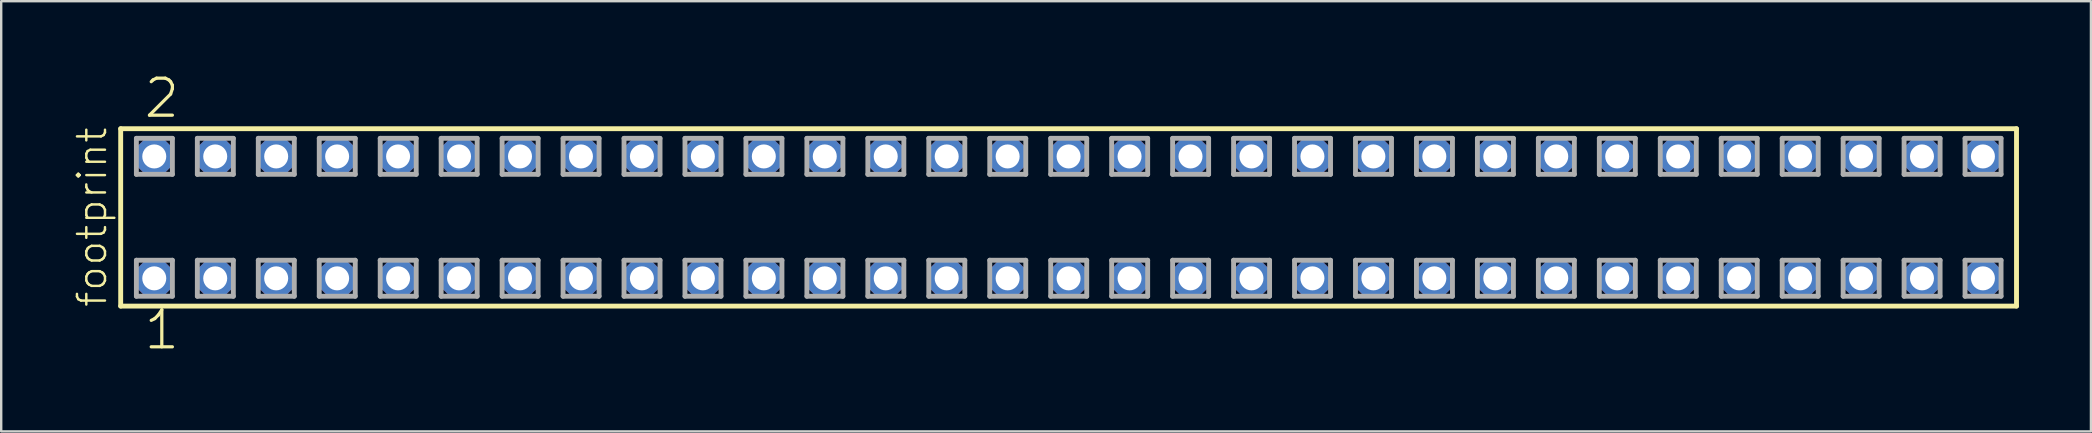
<source format=kicad_pcb>
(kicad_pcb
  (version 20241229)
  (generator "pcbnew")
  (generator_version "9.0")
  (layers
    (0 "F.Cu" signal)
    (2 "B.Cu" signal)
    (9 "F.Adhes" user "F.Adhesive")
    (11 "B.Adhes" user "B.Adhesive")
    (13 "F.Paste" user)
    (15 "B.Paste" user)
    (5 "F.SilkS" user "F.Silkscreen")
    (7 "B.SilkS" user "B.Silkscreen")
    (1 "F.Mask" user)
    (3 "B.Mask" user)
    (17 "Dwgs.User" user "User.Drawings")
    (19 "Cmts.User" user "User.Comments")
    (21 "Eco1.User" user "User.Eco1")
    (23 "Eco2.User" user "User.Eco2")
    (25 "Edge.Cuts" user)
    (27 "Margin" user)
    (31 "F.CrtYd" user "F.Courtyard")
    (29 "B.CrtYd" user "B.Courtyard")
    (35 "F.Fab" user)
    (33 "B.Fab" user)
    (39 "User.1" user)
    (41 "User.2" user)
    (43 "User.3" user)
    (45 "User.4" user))
  (footprint "footprint"
    (layer "F.Cu")
    (at 41.478 6.009)
    (property "Reference" "footprint" (at -40.005 3.81 90) (layer "F.SilkS") (effects (font (size 1.168 1.168) (thickness 0.102)) (justify left bottom)))
    (fp_line (start -39.499 -3.695) (end 39.499 -3.695) (stroke (width 0.203) (type solid)) (layer "F.SilkS"))
    (fp_line (start -39.499 3.695) (end -39.499 -3.695) (stroke (width 0.203) (type solid)) (layer "F.SilkS"))
    (fp_line (start 39.499 -3.695) (end 39.499 3.695) (stroke (width 0.203) (type solid)) (layer "F.SilkS"))
    (fp_line (start 39.499 3.695) (end -39.499 3.695) (stroke (width 0.203) (type solid)) (layer "F.SilkS"))
    (fp_line (start -38.845 -3.295) (end -37.345 -3.295) (stroke (width 0.203) (type solid)) (layer "F.Fab"))
    (fp_line (start -38.845 -1.795) (end -38.845 -3.295) (stroke (width 0.203) (type solid)) (layer "F.Fab"))
    (fp_line (start -38.845 1.785) (end -37.345 1.785) (stroke (width 0.203) (type solid)) (layer "F.Fab"))
    (fp_line (start -38.845 3.285) (end -38.845 1.785) (stroke (width 0.203) (type solid)) (layer "F.Fab"))
    (fp_line (start -37.345 -3.295) (end -37.345 -1.795) (stroke (width 0.203) (type solid)) (layer "F.Fab"))
    (fp_line (start -37.345 -1.795) (end -38.845 -1.795) (stroke (width 0.203) (type solid)) (layer "F.Fab"))
    (fp_line (start -37.345 1.785) (end -37.345 3.285) (stroke (width 0.203) (type solid)) (layer "F.Fab"))
    (fp_line (start -37.345 3.285) (end -38.845 3.285) (stroke (width 0.203) (type solid)) (layer "F.Fab"))
    (fp_line (start -36.305 -3.295) (end -34.805 -3.295) (stroke (width 0.203) (type solid)) (layer "F.Fab"))
    (fp_line (start -36.305 -1.795) (end -36.305 -3.295) (stroke (width 0.203) (type solid)) (layer "F.Fab"))
    (fp_line (start -36.305 1.785) (end -34.805 1.785) (stroke (width 0.203) (type solid)) (layer "F.Fab"))
    (fp_line (start -36.305 3.285) (end -36.305 1.785) (stroke (width 0.203) (type solid)) (layer "F.Fab"))
    (fp_line (start -34.805 -3.295) (end -34.805 -1.795) (stroke (width 0.203) (type solid)) (layer "F.Fab"))
    (fp_line (start -34.805 -1.795) (end -36.305 -1.795) (stroke (width 0.203) (type solid)) (layer "F.Fab"))
    (fp_line (start -34.805 1.785) (end -34.805 3.285) (stroke (width 0.203) (type solid)) (layer "F.Fab"))
    (fp_line (start -34.805 3.285) (end -36.305 3.285) (stroke (width 0.203) (type solid)) (layer "F.Fab"))
    (fp_line (start -33.765 -3.295) (end -32.265 -3.295) (stroke (width 0.203) (type solid)) (layer "F.Fab"))
    (fp_line (start -33.765 -1.795) (end -33.765 -3.295) (stroke (width 0.203) (type solid)) (layer "F.Fab"))
    (fp_line (start -33.765 1.785) (end -32.265 1.785) (stroke (width 0.203) (type solid)) (layer "F.Fab"))
    (fp_line (start -33.765 3.285) (end -33.765 1.785) (stroke (width 0.203) (type solid)) (layer "F.Fab"))
    (fp_line (start -32.265 -3.295) (end -32.265 -1.795) (stroke (width 0.203) (type solid)) (layer "F.Fab"))
    (fp_line (start -32.265 -1.795) (end -33.765 -1.795) (stroke (width 0.203) (type solid)) (layer "F.Fab"))
    (fp_line (start -32.265 1.785) (end -32.265 3.285) (stroke (width 0.203) (type solid)) (layer "F.Fab"))
    (fp_line (start -32.265 3.285) (end -33.765 3.285) (stroke (width 0.203) (type solid)) (layer "F.Fab"))
    (fp_line (start -31.225 -3.295) (end -29.725 -3.295) (stroke (width 0.203) (type solid)) (layer "F.Fab"))
    (fp_line (start -31.225 -1.795) (end -31.225 -3.295) (stroke (width 0.203) (type solid)) (layer "F.Fab"))
    (fp_line (start -31.225 1.785) (end -29.725 1.785) (stroke (width 0.203) (type solid)) (layer "F.Fab"))
    (fp_line (start -31.225 3.285) (end -31.225 1.785) (stroke (width 0.203) (type solid)) (layer "F.Fab"))
    (fp_line (start -29.725 -3.295) (end -29.725 -1.795) (stroke (width 0.203) (type solid)) (layer "F.Fab"))
    (fp_line (start -29.725 -1.795) (end -31.225 -1.795) (stroke (width 0.203) (type solid)) (layer "F.Fab"))
    (fp_line (start -29.725 1.785) (end -29.725 3.285) (stroke (width 0.203) (type solid)) (layer "F.Fab"))
    (fp_line (start -29.725 3.285) (end -31.225 3.285) (stroke (width 0.203) (type solid)) (layer "F.Fab"))
    (fp_line (start -28.685 -3.295) (end -27.185 -3.295) (stroke (width 0.203) (type solid)) (layer "F.Fab"))
    (fp_line (start -28.685 -1.795) (end -28.685 -3.295) (stroke (width 0.203) (type solid)) (layer "F.Fab"))
    (fp_line (start -28.685 1.785) (end -27.185 1.785) (stroke (width 0.203) (type solid)) (layer "F.Fab"))
    (fp_line (start -28.685 3.285) (end -28.685 1.785) (stroke (width 0.203) (type solid)) (layer "F.Fab"))
    (fp_line (start -27.185 -3.295) (end -27.185 -1.795) (stroke (width 0.203) (type solid)) (layer "F.Fab"))
    (fp_line (start -27.185 -1.795) (end -28.685 -1.795) (stroke (width 0.203) (type solid)) (layer "F.Fab"))
    (fp_line (start -27.185 1.785) (end -27.185 3.285) (stroke (width 0.203) (type solid)) (layer "F.Fab"))
    (fp_line (start -27.185 3.285) (end -28.685 3.285) (stroke (width 0.203) (type solid)) (layer "F.Fab"))
    (fp_line (start -26.145 -3.295) (end -24.645 -3.295) (stroke (width 0.203) (type solid)) (layer "F.Fab"))
    (fp_line (start -26.145 -1.795) (end -26.145 -3.295) (stroke (width 0.203) (type solid)) (layer "F.Fab"))
    (fp_line (start -26.145 1.785) (end -24.645 1.785) (stroke (width 0.203) (type solid)) (layer "F.Fab"))
    (fp_line (start -26.145 3.285) (end -26.145 1.785) (stroke (width 0.203) (type solid)) (layer "F.Fab"))
    (fp_line (start -24.645 -3.295) (end -24.645 -1.795) (stroke (width 0.203) (type solid)) (layer "F.Fab"))
    (fp_line (start -24.645 -1.795) (end -26.145 -1.795) (stroke (width 0.203) (type solid)) (layer "F.Fab"))
    (fp_line (start -24.645 1.785) (end -24.645 3.285) (stroke (width 0.203) (type solid)) (layer "F.Fab"))
    (fp_line (start -24.645 3.285) (end -26.145 3.285) (stroke (width 0.203) (type solid)) (layer "F.Fab"))
    (fp_line (start -23.605 -3.295) (end -22.105 -3.295) (stroke (width 0.203) (type solid)) (layer "F.Fab"))
    (fp_line (start -23.605 -1.795) (end -23.605 -3.295) (stroke (width 0.203) (type solid)) (layer "F.Fab"))
    (fp_line (start -23.605 1.785) (end -22.105 1.785) (stroke (width 0.203) (type solid)) (layer "F.Fab"))
    (fp_line (start -23.605 3.285) (end -23.605 1.785) (stroke (width 0.203) (type solid)) (layer "F.Fab"))
    (fp_line (start -22.105 -3.295) (end -22.105 -1.795) (stroke (width 0.203) (type solid)) (layer "F.Fab"))
    (fp_line (start -22.105 -1.795) (end -23.605 -1.795) (stroke (width 0.203) (type solid)) (layer "F.Fab"))
    (fp_line (start -22.105 1.785) (end -22.105 3.285) (stroke (width 0.203) (type solid)) (layer "F.Fab"))
    (fp_line (start -22.105 3.285) (end -23.605 3.285) (stroke (width 0.203) (type solid)) (layer "F.Fab"))
    (fp_line (start -21.065 -3.295) (end -19.565 -3.295) (stroke (width 0.203) (type solid)) (layer "F.Fab"))
    (fp_line (start -21.065 -1.795) (end -21.065 -3.295) (stroke (width 0.203) (type solid)) (layer "F.Fab"))
    (fp_line (start -21.065 1.785) (end -19.565 1.785) (stroke (width 0.203) (type solid)) (layer "F.Fab"))
    (fp_line (start -21.065 3.285) (end -21.065 1.785) (stroke (width 0.203) (type solid)) (layer "F.Fab"))
    (fp_line (start -19.565 -3.295) (end -19.565 -1.795) (stroke (width 0.203) (type solid)) (layer "F.Fab"))
    (fp_line (start -19.565 -1.795) (end -21.065 -1.795) (stroke (width 0.203) (type solid)) (layer "F.Fab"))
    (fp_line (start -19.565 1.785) (end -19.565 3.285) (stroke (width 0.203) (type solid)) (layer "F.Fab"))
    (fp_line (start -19.565 3.285) (end -21.065 3.285) (stroke (width 0.203) (type solid)) (layer "F.Fab"))
    (fp_line (start -18.525 -3.295) (end -17.025 -3.295) (stroke (width 0.203) (type solid)) (layer "F.Fab"))
    (fp_line (start -18.525 -1.795) (end -18.525 -3.295) (stroke (width 0.203) (type solid)) (layer "F.Fab"))
    (fp_line (start -18.525 1.785) (end -17.025 1.785) (stroke (width 0.203) (type solid)) (layer "F.Fab"))
    (fp_line (start -18.525 3.285) (end -18.525 1.785) (stroke (width 0.203) (type solid)) (layer "F.Fab"))
    (fp_line (start -17.025 -3.295) (end -17.025 -1.795) (stroke (width 0.203) (type solid)) (layer "F.Fab"))
    (fp_line (start -17.025 -1.795) (end -18.525 -1.795) (stroke (width 0.203) (type solid)) (layer "F.Fab"))
    (fp_line (start -17.025 1.785) (end -17.025 3.285) (stroke (width 0.203) (type solid)) (layer "F.Fab"))
    (fp_line (start -17.025 3.285) (end -18.525 3.285) (stroke (width 0.203) (type solid)) (layer "F.Fab"))
    (fp_line (start -15.985 -3.295) (end -14.485 -3.295) (stroke (width 0.203) (type solid)) (layer "F.Fab"))
    (fp_line (start -15.985 -1.795) (end -15.985 -3.295) (stroke (width 0.203) (type solid)) (layer "F.Fab"))
    (fp_line (start -15.985 1.785) (end -14.485 1.785) (stroke (width 0.203) (type solid)) (layer "F.Fab"))
    (fp_line (start -15.985 3.285) (end -15.985 1.785) (stroke (width 0.203) (type solid)) (layer "F.Fab"))
    (fp_line (start -14.485 -3.295) (end -14.485 -1.795) (stroke (width 0.203) (type solid)) (layer "F.Fab"))
    (fp_line (start -14.485 -1.795) (end -15.985 -1.795) (stroke (width 0.203) (type solid)) (layer "F.Fab"))
    (fp_line (start -14.485 1.785) (end -14.485 3.285) (stroke (width 0.203) (type solid)) (layer "F.Fab"))
    (fp_line (start -14.485 3.285) (end -15.985 3.285) (stroke (width 0.203) (type solid)) (layer "F.Fab"))
    (fp_line (start -13.445 -3.295) (end -11.945 -3.295) (stroke (width 0.203) (type solid)) (layer "F.Fab"))
    (fp_line (start -13.445 -1.795) (end -13.445 -3.295) (stroke (width 0.203) (type solid)) (layer "F.Fab"))
    (fp_line (start -13.445 1.785) (end -11.945 1.785) (stroke (width 0.203) (type solid)) (layer "F.Fab"))
    (fp_line (start -13.445 3.285) (end -13.445 1.785) (stroke (width 0.203) (type solid)) (layer "F.Fab"))
    (fp_line (start -11.945 -3.295) (end -11.945 -1.795) (stroke (width 0.203) (type solid)) (layer "F.Fab"))
    (fp_line (start -11.945 -1.795) (end -13.445 -1.795) (stroke (width 0.203) (type solid)) (layer "F.Fab"))
    (fp_line (start -11.945 1.785) (end -11.945 3.285) (stroke (width 0.203) (type solid)) (layer "F.Fab"))
    (fp_line (start -11.945 3.285) (end -13.445 3.285) (stroke (width 0.203) (type solid)) (layer "F.Fab"))
    (fp_line (start -10.905 -3.295) (end -9.405 -3.295) (stroke (width 0.203) (type solid)) (layer "F.Fab"))
    (fp_line (start -10.905 -1.795) (end -10.905 -3.295) (stroke (width 0.203) (type solid)) (layer "F.Fab"))
    (fp_line (start -10.905 1.785) (end -9.405 1.785) (stroke (width 0.203) (type solid)) (layer "F.Fab"))
    (fp_line (start -10.905 3.285) (end -10.905 1.785) (stroke (width 0.203) (type solid)) (layer "F.Fab"))
    (fp_line (start -9.405 -3.295) (end -9.405 -1.795) (stroke (width 0.203) (type solid)) (layer "F.Fab"))
    (fp_line (start -9.405 -1.795) (end -10.905 -1.795) (stroke (width 0.203) (type solid)) (layer "F.Fab"))
    (fp_line (start -9.405 1.785) (end -9.405 3.285) (stroke (width 0.203) (type solid)) (layer "F.Fab"))
    (fp_line (start -9.405 3.285) (end -10.905 3.285) (stroke (width 0.203) (type solid)) (layer "F.Fab"))
    (fp_line (start -8.365 -3.295) (end -6.865 -3.295) (stroke (width 0.203) (type solid)) (layer "F.Fab"))
    (fp_line (start -8.365 -1.795) (end -8.365 -3.295) (stroke (width 0.203) (type solid)) (layer "F.Fab"))
    (fp_line (start -8.365 1.785) (end -6.865 1.785) (stroke (width 0.203) (type solid)) (layer "F.Fab"))
    (fp_line (start -8.365 3.285) (end -8.365 1.785) (stroke (width 0.203) (type solid)) (layer "F.Fab"))
    (fp_line (start -6.865 -3.295) (end -6.865 -1.795) (stroke (width 0.203) (type solid)) (layer "F.Fab"))
    (fp_line (start -6.865 -1.795) (end -8.365 -1.795) (stroke (width 0.203) (type solid)) (layer "F.Fab"))
    (fp_line (start -6.865 1.785) (end -6.865 3.285) (stroke (width 0.203) (type solid)) (layer "F.Fab"))
    (fp_line (start -6.865 3.285) (end -8.365 3.285) (stroke (width 0.203) (type solid)) (layer "F.Fab"))
    (fp_line (start -5.825 -3.295) (end -4.325 -3.295) (stroke (width 0.203) (type solid)) (layer "F.Fab"))
    (fp_line (start -5.825 -1.795) (end -5.825 -3.295) (stroke (width 0.203) (type solid)) (layer "F.Fab"))
    (fp_line (start -5.825 1.785) (end -4.325 1.785) (stroke (width 0.203) (type solid)) (layer "F.Fab"))
    (fp_line (start -5.825 3.285) (end -5.825 1.785) (stroke (width 0.203) (type solid)) (layer "F.Fab"))
    (fp_line (start -4.325 -3.295) (end -4.325 -1.795) (stroke (width 0.203) (type solid)) (layer "F.Fab"))
    (fp_line (start -4.325 -1.795) (end -5.825 -1.795) (stroke (width 0.203) (type solid)) (layer "F.Fab"))
    (fp_line (start -4.325 1.785) (end -4.325 3.285) (stroke (width 0.203) (type solid)) (layer "F.Fab"))
    (fp_line (start -4.325 3.285) (end -5.825 3.285) (stroke (width 0.203) (type solid)) (layer "F.Fab"))
    (fp_line (start -3.285 -3.295) (end -1.785 -3.295) (stroke (width 0.203) (type solid)) (layer "F.Fab"))
    (fp_line (start -3.285 -1.795) (end -3.285 -3.295) (stroke (width 0.203) (type solid)) (layer "F.Fab"))
    (fp_line (start -3.285 1.785) (end -1.785 1.785) (stroke (width 0.203) (type solid)) (layer "F.Fab"))
    (fp_line (start -3.285 3.285) (end -3.285 1.785) (stroke (width 0.203) (type solid)) (layer "F.Fab"))
    (fp_line (start -1.785 -3.295) (end -1.785 -1.795) (stroke (width 0.203) (type solid)) (layer "F.Fab"))
    (fp_line (start -1.785 -1.795) (end -3.285 -1.795) (stroke (width 0.203) (type solid)) (layer "F.Fab"))
    (fp_line (start -1.785 1.785) (end -1.785 3.285) (stroke (width 0.203) (type solid)) (layer "F.Fab"))
    (fp_line (start -1.785 3.285) (end -3.285 3.285) (stroke (width 0.203) (type solid)) (layer "F.Fab"))
    (fp_line (start -0.745 -3.295) (end 0.755 -3.295) (stroke (width 0.203) (type solid)) (layer "F.Fab"))
    (fp_line (start -0.745 -1.795) (end -0.745 -3.295) (stroke (width 0.203) (type solid)) (layer "F.Fab"))
    (fp_line (start -0.745 1.785) (end 0.755 1.785) (stroke (width 0.203) (type solid)) (layer "F.Fab"))
    (fp_line (start -0.745 3.285) (end -0.745 1.785) (stroke (width 0.203) (type solid)) (layer "F.Fab"))
    (fp_line (start 0.755 -3.295) (end 0.755 -1.795) (stroke (width 0.203) (type solid)) (layer "F.Fab"))
    (fp_line (start 0.755 -1.795) (end -0.745 -1.795) (stroke (width 0.203) (type solid)) (layer "F.Fab"))
    (fp_line (start 0.755 1.785) (end 0.755 3.285) (stroke (width 0.203) (type solid)) (layer "F.Fab"))
    (fp_line (start 0.755 3.285) (end -0.745 3.285) (stroke (width 0.203) (type solid)) (layer "F.Fab"))
    (fp_line (start 1.795 -3.295) (end 3.295 -3.295) (stroke (width 0.203) (type solid)) (layer "F.Fab"))
    (fp_line (start 1.795 -1.795) (end 1.795 -3.295) (stroke (width 0.203) (type solid)) (layer "F.Fab"))
    (fp_line (start 1.795 1.785) (end 3.295 1.785) (stroke (width 0.203) (type solid)) (layer "F.Fab"))
    (fp_line (start 1.795 3.285) (end 1.795 1.785) (stroke (width 0.203) (type solid)) (layer "F.Fab"))
    (fp_line (start 3.295 -3.295) (end 3.295 -1.795) (stroke (width 0.203) (type solid)) (layer "F.Fab"))
    (fp_line (start 3.295 -1.795) (end 1.795 -1.795) (stroke (width 0.203) (type solid)) (layer "F.Fab"))
    (fp_line (start 3.295 1.785) (end 3.295 3.285) (stroke (width 0.203) (type solid)) (layer "F.Fab"))
    (fp_line (start 3.295 3.285) (end 1.795 3.285) (stroke (width 0.203) (type solid)) (layer "F.Fab"))
    (fp_line (start 4.335 -3.295) (end 5.835 -3.295) (stroke (width 0.203) (type solid)) (layer "F.Fab"))
    (fp_line (start 4.335 -1.795) (end 4.335 -3.295) (stroke (width 0.203) (type solid)) (layer "F.Fab"))
    (fp_line (start 4.335 1.785) (end 5.835 1.785) (stroke (width 0.203) (type solid)) (layer "F.Fab"))
    (fp_line (start 4.335 3.285) (end 4.335 1.785) (stroke (width 0.203) (type solid)) (layer "F.Fab"))
    (fp_line (start 5.835 -3.295) (end 5.835 -1.795) (stroke (width 0.203) (type solid)) (layer "F.Fab"))
    (fp_line (start 5.835 -1.795) (end 4.335 -1.795) (stroke (width 0.203) (type solid)) (layer "F.Fab"))
    (fp_line (start 5.835 1.785) (end 5.835 3.285) (stroke (width 0.203) (type solid)) (layer "F.Fab"))
    (fp_line (start 5.835 3.285) (end 4.335 3.285) (stroke (width 0.203) (type solid)) (layer "F.Fab"))
    (fp_line (start 6.875 -3.295) (end 8.375 -3.295) (stroke (width 0.203) (type solid)) (layer "F.Fab"))
    (fp_line (start 6.875 -1.795) (end 6.875 -3.295) (stroke (width 0.203) (type solid)) (layer "F.Fab"))
    (fp_line (start 6.875 1.785) (end 8.375 1.785) (stroke (width 0.203) (type solid)) (layer "F.Fab"))
    (fp_line (start 6.875 3.285) (end 6.875 1.785) (stroke (width 0.203) (type solid)) (layer "F.Fab"))
    (fp_line (start 8.375 -3.295) (end 8.375 -1.795) (stroke (width 0.203) (type solid)) (layer "F.Fab"))
    (fp_line (start 8.375 -1.795) (end 6.875 -1.795) (stroke (width 0.203) (type solid)) (layer "F.Fab"))
    (fp_line (start 8.375 1.785) (end 8.375 3.285) (stroke (width 0.203) (type solid)) (layer "F.Fab"))
    (fp_line (start 8.375 3.285) (end 6.875 3.285) (stroke (width 0.203) (type solid)) (layer "F.Fab"))
    (fp_line (start 9.415 -3.295) (end 10.915 -3.295) (stroke (width 0.203) (type solid)) (layer "F.Fab"))
    (fp_line (start 9.415 -1.795) (end 9.415 -3.295) (stroke (width 0.203) (type solid)) (layer "F.Fab"))
    (fp_line (start 9.415 1.785) (end 10.915 1.785) (stroke (width 0.203) (type solid)) (layer "F.Fab"))
    (fp_line (start 9.415 3.285) (end 9.415 1.785) (stroke (width 0.203) (type solid)) (layer "F.Fab"))
    (fp_line (start 10.915 -3.295) (end 10.915 -1.795) (stroke (width 0.203) (type solid)) (layer "F.Fab"))
    (fp_line (start 10.915 -1.795) (end 9.415 -1.795) (stroke (width 0.203) (type solid)) (layer "F.Fab"))
    (fp_line (start 10.915 1.785) (end 10.915 3.285) (stroke (width 0.203) (type solid)) (layer "F.Fab"))
    (fp_line (start 10.915 3.285) (end 9.415 3.285) (stroke (width 0.203) (type solid)) (layer "F.Fab"))
    (fp_line (start 11.955 -3.295) (end 13.455 -3.295) (stroke (width 0.203) (type solid)) (layer "F.Fab"))
    (fp_line (start 11.955 -1.795) (end 11.955 -3.295) (stroke (width 0.203) (type solid)) (layer "F.Fab"))
    (fp_line (start 11.955 1.785) (end 13.455 1.785) (stroke (width 0.203) (type solid)) (layer "F.Fab"))
    (fp_line (start 11.955 3.285) (end 11.955 1.785) (stroke (width 0.203) (type solid)) (layer "F.Fab"))
    (fp_line (start 13.455 -3.295) (end 13.455 -1.795) (stroke (width 0.203) (type solid)) (layer "F.Fab"))
    (fp_line (start 13.455 -1.795) (end 11.955 -1.795) (stroke (width 0.203) (type solid)) (layer "F.Fab"))
    (fp_line (start 13.455 1.785) (end 13.455 3.285) (stroke (width 0.203) (type solid)) (layer "F.Fab"))
    (fp_line (start 13.455 3.285) (end 11.955 3.285) (stroke (width 0.203) (type solid)) (layer "F.Fab"))
    (fp_line (start 14.495 -3.295) (end 15.995 -3.295) (stroke (width 0.203) (type solid)) (layer "F.Fab"))
    (fp_line (start 14.495 -1.795) (end 14.495 -3.295) (stroke (width 0.203) (type solid)) (layer "F.Fab"))
    (fp_line (start 14.495 1.785) (end 15.995 1.785) (stroke (width 0.203) (type solid)) (layer "F.Fab"))
    (fp_line (start 14.495 3.285) (end 14.495 1.785) (stroke (width 0.203) (type solid)) (layer "F.Fab"))
    (fp_line (start 15.995 -3.295) (end 15.995 -1.795) (stroke (width 0.203) (type solid)) (layer "F.Fab"))
    (fp_line (start 15.995 -1.795) (end 14.495 -1.795) (stroke (width 0.203) (type solid)) (layer "F.Fab"))
    (fp_line (start 15.995 1.785) (end 15.995 3.285) (stroke (width 0.203) (type solid)) (layer "F.Fab"))
    (fp_line (start 15.995 3.285) (end 14.495 3.285) (stroke (width 0.203) (type solid)) (layer "F.Fab"))
    (fp_line (start 17.035 -3.295) (end 18.535 -3.295) (stroke (width 0.203) (type solid)) (layer "F.Fab"))
    (fp_line (start 17.035 -1.795) (end 17.035 -3.295) (stroke (width 0.203) (type solid)) (layer "F.Fab"))
    (fp_line (start 17.035 1.785) (end 18.535 1.785) (stroke (width 0.203) (type solid)) (layer "F.Fab"))
    (fp_line (start 17.035 3.285) (end 17.035 1.785) (stroke (width 0.203) (type solid)) (layer "F.Fab"))
    (fp_line (start 18.535 -3.295) (end 18.535 -1.795) (stroke (width 0.203) (type solid)) (layer "F.Fab"))
    (fp_line (start 18.535 -1.795) (end 17.035 -1.795) (stroke (width 0.203) (type solid)) (layer "F.Fab"))
    (fp_line (start 18.535 1.785) (end 18.535 3.285) (stroke (width 0.203) (type solid)) (layer "F.Fab"))
    (fp_line (start 18.535 3.285) (end 17.035 3.285) (stroke (width 0.203) (type solid)) (layer "F.Fab"))
    (fp_line (start 19.575 -3.295) (end 21.075 -3.295) (stroke (width 0.203) (type solid)) (layer "F.Fab"))
    (fp_line (start 19.575 -1.795) (end 19.575 -3.295) (stroke (width 0.203) (type solid)) (layer "F.Fab"))
    (fp_line (start 19.575 1.785) (end 21.075 1.785) (stroke (width 0.203) (type solid)) (layer "F.Fab"))
    (fp_line (start 19.575 3.285) (end 19.575 1.785) (stroke (width 0.203) (type solid)) (layer "F.Fab"))
    (fp_line (start 21.075 -3.295) (end 21.075 -1.795) (stroke (width 0.203) (type solid)) (layer "F.Fab"))
    (fp_line (start 21.075 -1.795) (end 19.575 -1.795) (stroke (width 0.203) (type solid)) (layer "F.Fab"))
    (fp_line (start 21.075 1.785) (end 21.075 3.285) (stroke (width 0.203) (type solid)) (layer "F.Fab"))
    (fp_line (start 21.075 3.285) (end 19.575 3.285) (stroke (width 0.203) (type solid)) (layer "F.Fab"))
    (fp_line (start 22.115 -3.295) (end 23.615 -3.295) (stroke (width 0.203) (type solid)) (layer "F.Fab"))
    (fp_line (start 22.115 -1.795) (end 22.115 -3.295) (stroke (width 0.203) (type solid)) (layer "F.Fab"))
    (fp_line (start 22.115 1.785) (end 23.615 1.785) (stroke (width 0.203) (type solid)) (layer "F.Fab"))
    (fp_line (start 22.115 3.285) (end 22.115 1.785) (stroke (width 0.203) (type solid)) (layer "F.Fab"))
    (fp_line (start 23.615 -3.295) (end 23.615 -1.795) (stroke (width 0.203) (type solid)) (layer "F.Fab"))
    (fp_line (start 23.615 -1.795) (end 22.115 -1.795) (stroke (width 0.203) (type solid)) (layer "F.Fab"))
    (fp_line (start 23.615 1.785) (end 23.615 3.285) (stroke (width 0.203) (type solid)) (layer "F.Fab"))
    (fp_line (start 23.615 3.285) (end 22.115 3.285) (stroke (width 0.203) (type solid)) (layer "F.Fab"))
    (fp_line (start 24.655 -3.295) (end 26.155 -3.295) (stroke (width 0.203) (type solid)) (layer "F.Fab"))
    (fp_line (start 24.655 -1.795) (end 24.655 -3.295) (stroke (width 0.203) (type solid)) (layer "F.Fab"))
    (fp_line (start 24.655 1.785) (end 26.155 1.785) (stroke (width 0.203) (type solid)) (layer "F.Fab"))
    (fp_line (start 24.655 3.285) (end 24.655 1.785) (stroke (width 0.203) (type solid)) (layer "F.Fab"))
    (fp_line (start 26.155 -3.295) (end 26.155 -1.795) (stroke (width 0.203) (type solid)) (layer "F.Fab"))
    (fp_line (start 26.155 -1.795) (end 24.655 -1.795) (stroke (width 0.203) (type solid)) (layer "F.Fab"))
    (fp_line (start 26.155 1.785) (end 26.155 3.285) (stroke (width 0.203) (type solid)) (layer "F.Fab"))
    (fp_line (start 26.155 3.285) (end 24.655 3.285) (stroke (width 0.203) (type solid)) (layer "F.Fab"))
    (fp_line (start 27.195 -3.295) (end 28.695 -3.295) (stroke (width 0.203) (type solid)) (layer "F.Fab"))
    (fp_line (start 27.195 -1.795) (end 27.195 -3.295) (stroke (width 0.203) (type solid)) (layer "F.Fab"))
    (fp_line (start 27.195 1.785) (end 28.695 1.785) (stroke (width 0.203) (type solid)) (layer "F.Fab"))
    (fp_line (start 27.195 3.285) (end 27.195 1.785) (stroke (width 0.203) (type solid)) (layer "F.Fab"))
    (fp_line (start 28.695 -3.295) (end 28.695 -1.795) (stroke (width 0.203) (type solid)) (layer "F.Fab"))
    (fp_line (start 28.695 -1.795) (end 27.195 -1.795) (stroke (width 0.203) (type solid)) (layer "F.Fab"))
    (fp_line (start 28.695 1.785) (end 28.695 3.285) (stroke (width 0.203) (type solid)) (layer "F.Fab"))
    (fp_line (start 28.695 3.285) (end 27.195 3.285) (stroke (width 0.203) (type solid)) (layer "F.Fab"))
    (fp_line (start 29.735 -3.295) (end 31.235 -3.295) (stroke (width 0.203) (type solid)) (layer "F.Fab"))
    (fp_line (start 29.735 -1.795) (end 29.735 -3.295) (stroke (width 0.203) (type solid)) (layer "F.Fab"))
    (fp_line (start 29.735 1.785) (end 31.235 1.785) (stroke (width 0.203) (type solid)) (layer "F.Fab"))
    (fp_line (start 29.735 3.285) (end 29.735 1.785) (stroke (width 0.203) (type solid)) (layer "F.Fab"))
    (fp_line (start 31.235 -3.295) (end 31.235 -1.795) (stroke (width 0.203) (type solid)) (layer "F.Fab"))
    (fp_line (start 31.235 -1.795) (end 29.735 -1.795) (stroke (width 0.203) (type solid)) (layer "F.Fab"))
    (fp_line (start 31.235 1.785) (end 31.235 3.285) (stroke (width 0.203) (type solid)) (layer "F.Fab"))
    (fp_line (start 31.235 3.285) (end 29.735 3.285) (stroke (width 0.203) (type solid)) (layer "F.Fab"))
    (fp_line (start 32.275 -3.295) (end 33.775 -3.295) (stroke (width 0.203) (type solid)) (layer "F.Fab"))
    (fp_line (start 32.275 -1.795) (end 32.275 -3.295) (stroke (width 0.203) (type solid)) (layer "F.Fab"))
    (fp_line (start 32.275 1.785) (end 33.775 1.785) (stroke (width 0.203) (type solid)) (layer "F.Fab"))
    (fp_line (start 32.275 3.285) (end 32.275 1.785) (stroke (width 0.203) (type solid)) (layer "F.Fab"))
    (fp_line (start 33.775 -3.295) (end 33.775 -1.795) (stroke (width 0.203) (type solid)) (layer "F.Fab"))
    (fp_line (start 33.775 -1.795) (end 32.275 -1.795) (stroke (width 0.203) (type solid)) (layer "F.Fab"))
    (fp_line (start 33.775 1.785) (end 33.775 3.285) (stroke (width 0.203) (type solid)) (layer "F.Fab"))
    (fp_line (start 33.775 3.285) (end 32.275 3.285) (stroke (width 0.203) (type solid)) (layer "F.Fab"))
    (fp_line (start 34.815 -3.295) (end 36.315 -3.295) (stroke (width 0.203) (type solid)) (layer "F.Fab"))
    (fp_line (start 34.815 -1.795) (end 34.815 -3.295) (stroke (width 0.203) (type solid)) (layer "F.Fab"))
    (fp_line (start 34.815 1.785) (end 36.315 1.785) (stroke (width 0.203) (type solid)) (layer "F.Fab"))
    (fp_line (start 34.815 3.285) (end 34.815 1.785) (stroke (width 0.203) (type solid)) (layer "F.Fab"))
    (fp_line (start 36.315 -3.295) (end 36.315 -1.795) (stroke (width 0.203) (type solid)) (layer "F.Fab"))
    (fp_line (start 36.315 -1.795) (end 34.815 -1.795) (stroke (width 0.203) (type solid)) (layer "F.Fab"))
    (fp_line (start 36.315 1.785) (end 36.315 3.285) (stroke (width 0.203) (type solid)) (layer "F.Fab"))
    (fp_line (start 36.315 3.285) (end 34.815 3.285) (stroke (width 0.203) (type solid)) (layer "F.Fab"))
    (fp_line (start 37.355 -3.295) (end 38.855 -3.295) (stroke (width 0.203) (type solid)) (layer "F.Fab"))
    (fp_line (start 37.355 -1.795) (end 37.355 -3.295) (stroke (width 0.203) (type solid)) (layer "F.Fab"))
    (fp_line (start 37.355 1.785) (end 38.855 1.785) (stroke (width 0.203) (type solid)) (layer "F.Fab"))
    (fp_line (start 37.355 3.285) (end 37.355 1.785) (stroke (width 0.203) (type solid)) (layer "F.Fab"))
    (fp_line (start 38.855 -3.295) (end 38.855 -1.795) (stroke (width 0.203) (type solid)) (layer "F.Fab"))
    (fp_line (start 38.855 -1.795) (end 37.355 -1.795) (stroke (width 0.203) (type solid)) (layer "F.Fab"))
    (fp_line (start 38.855 1.785) (end 38.855 3.285) (stroke (width 0.203) (type solid)) (layer "F.Fab"))
    (fp_line (start 38.855 3.285) (end 37.355 3.285) (stroke (width 0.203) (type solid)) (layer "F.Fab"))
    (fp_text user "2" (at -38.608 -4.064 0) (layer "F.SilkS") (effects (font (size 1.542 1.542) (thickness 0.134)) (justify left bottom)))
    (fp_text user "1" (at -38.608 5.588 0) (layer "F.SilkS") (effects (font (size 1.542 1.542) (thickness 0.134)) (justify left bottom)))
    (pad "1" thru_hole roundrect (at -38.1 2.54) (size 1.5 1.5) (drill 1) (layers "*.Cu" "*.Mask") (roundrect_rratio 0.25) (chamfer_ratio 0.25) (chamfer top_left top_right bottom_left bottom_right))
    (pad "2" thru_hole roundrect (at -38.1 -2.54) (size 1.5 1.5) (drill 1) (layers "*.Cu" "*.Mask") (roundrect_rratio 0.25) (chamfer_ratio 0.25) (chamfer top_left top_right bottom_left bottom_right))
    (pad "3" thru_hole roundrect (at -35.56 2.54) (size 1.5 1.5) (drill 1) (layers "*.Cu" "*.Mask") (roundrect_rratio 0.25) (chamfer_ratio 0.25) (chamfer top_left top_right bottom_left bottom_right))
    (pad "4" thru_hole roundrect (at -35.56 -2.54) (size 1.5 1.5) (drill 1) (layers "*.Cu" "*.Mask") (roundrect_rratio 0.25) (chamfer_ratio 0.25) (chamfer top_left top_right bottom_left bottom_right))
    (pad "5" thru_hole roundrect (at -33.02 2.54) (size 1.5 1.5) (drill 1) (layers "*.Cu" "*.Mask") (roundrect_rratio 0.25) (chamfer_ratio 0.25) (chamfer top_left top_right bottom_left bottom_right))
    (pad "6" thru_hole roundrect (at -33.02 -2.54) (size 1.5 1.5) (drill 1) (layers "*.Cu" "*.Mask") (roundrect_rratio 0.25) (chamfer_ratio 0.25) (chamfer top_left top_right bottom_left bottom_right))
    (pad "7" thru_hole roundrect (at -30.48 2.54) (size 1.5 1.5) (drill 1) (layers "*.Cu" "*.Mask") (roundrect_rratio 0.25) (chamfer_ratio 0.25) (chamfer top_left top_right bottom_left bottom_right))
    (pad "8" thru_hole roundrect (at -30.48 -2.54) (size 1.5 1.5) (drill 1) (layers "*.Cu" "*.Mask") (roundrect_rratio 0.25) (chamfer_ratio 0.25) (chamfer top_left top_right bottom_left bottom_right))
    (pad "9" thru_hole roundrect (at -27.94 2.54) (size 1.5 1.5) (drill 1) (layers "*.Cu" "*.Mask") (roundrect_rratio 0.25) (chamfer_ratio 0.25) (chamfer top_left top_right bottom_left bottom_right))
    (pad "10" thru_hole roundrect (at -27.94 -2.54) (size 1.5 1.5) (drill 1) (layers "*.Cu" "*.Mask") (roundrect_rratio 0.25) (chamfer_ratio 0.25) (chamfer top_left top_right bottom_left bottom_right))
    (pad "11" thru_hole roundrect (at -25.4 2.54) (size 1.5 1.5) (drill 1) (layers "*.Cu" "*.Mask") (roundrect_rratio 0.25) (chamfer_ratio 0.25) (chamfer top_left top_right bottom_left bottom_right))
    (pad "12" thru_hole roundrect (at -25.4 -2.54) (size 1.5 1.5) (drill 1) (layers "*.Cu" "*.Mask") (roundrect_rratio 0.25) (chamfer_ratio 0.25) (chamfer top_left top_right bottom_left bottom_right))
    (pad "13" thru_hole roundrect (at -22.86 2.54) (size 1.5 1.5) (drill 1) (layers "*.Cu" "*.Mask") (roundrect_rratio 0.25) (chamfer_ratio 0.25) (chamfer top_left top_right bottom_left bottom_right))
    (pad "14" thru_hole roundrect (at -22.86 -2.54) (size 1.5 1.5) (drill 1) (layers "*.Cu" "*.Mask") (roundrect_rratio 0.25) (chamfer_ratio 0.25) (chamfer top_left top_right bottom_left bottom_right))
    (pad "15" thru_hole roundrect (at -20.32 2.54) (size 1.5 1.5) (drill 1) (layers "*.Cu" "*.Mask") (roundrect_rratio 0.25) (chamfer_ratio 0.25) (chamfer top_left top_right bottom_left bottom_right))
    (pad "16" thru_hole roundrect (at -20.32 -2.54) (size 1.5 1.5) (drill 1) (layers "*.Cu" "*.Mask") (roundrect_rratio 0.25) (chamfer_ratio 0.25) (chamfer top_left top_right bottom_left bottom_right))
    (pad "17" thru_hole roundrect (at -17.78 2.54) (size 1.5 1.5) (drill 1) (layers "*.Cu" "*.Mask") (roundrect_rratio 0.25) (chamfer_ratio 0.25) (chamfer top_left top_right bottom_left bottom_right))
    (pad "18" thru_hole roundrect (at -17.78 -2.54) (size 1.5 1.5) (drill 1) (layers "*.Cu" "*.Mask") (roundrect_rratio 0.25) (chamfer_ratio 0.25) (chamfer top_left top_right bottom_left bottom_right))
    (pad "19" thru_hole roundrect (at -15.24 2.54) (size 1.5 1.5) (drill 1) (layers "*.Cu" "*.Mask") (roundrect_rratio 0.25) (chamfer_ratio 0.25) (chamfer top_left top_right bottom_left bottom_right))
    (pad "20" thru_hole roundrect (at -15.24 -2.54) (size 1.5 1.5) (drill 1) (layers "*.Cu" "*.Mask") (roundrect_rratio 0.25) (chamfer_ratio 0.25) (chamfer top_left top_right bottom_left bottom_right))
    (pad "21" thru_hole roundrect (at -12.7 2.54) (size 1.5 1.5) (drill 1) (layers "*.Cu" "*.Mask") (roundrect_rratio 0.25) (chamfer_ratio 0.25) (chamfer top_left top_right bottom_left bottom_right))
    (pad "22" thru_hole roundrect (at -12.7 -2.54) (size 1.5 1.5) (drill 1) (layers "*.Cu" "*.Mask") (roundrect_rratio 0.25) (chamfer_ratio 0.25) (chamfer top_left top_right bottom_left bottom_right))
    (pad "23" thru_hole roundrect (at -10.16 2.54) (size 1.5 1.5) (drill 1) (layers "*.Cu" "*.Mask") (roundrect_rratio 0.25) (chamfer_ratio 0.25) (chamfer top_left top_right bottom_left bottom_right))
    (pad "24" thru_hole roundrect (at -10.16 -2.54) (size 1.5 1.5) (drill 1) (layers "*.Cu" "*.Mask") (roundrect_rratio 0.25) (chamfer_ratio 0.25) (chamfer top_left top_right bottom_left bottom_right))
    (pad "25" thru_hole roundrect (at -7.62 2.54) (size 1.5 1.5) (drill 1) (layers "*.Cu" "*.Mask") (roundrect_rratio 0.25) (chamfer_ratio 0.25) (chamfer top_left top_right bottom_left bottom_right))
    (pad "26" thru_hole roundrect (at -7.62 -2.54) (size 1.5 1.5) (drill 1) (layers "*.Cu" "*.Mask") (roundrect_rratio 0.25) (chamfer_ratio 0.25) (chamfer top_left top_right bottom_left bottom_right))
    (pad "27" thru_hole roundrect (at -5.08 2.54) (size 1.5 1.5) (drill 1) (layers "*.Cu" "*.Mask") (roundrect_rratio 0.25) (chamfer_ratio 0.25) (chamfer top_left top_right bottom_left bottom_right))
    (pad "28" thru_hole roundrect (at -5.08 -2.54) (size 1.5 1.5) (drill 1) (layers "*.Cu" "*.Mask") (roundrect_rratio 0.25) (chamfer_ratio 0.25) (chamfer top_left top_right bottom_left bottom_right))
    (pad "29" thru_hole roundrect (at -2.54 2.54) (size 1.5 1.5) (drill 1) (layers "*.Cu" "*.Mask") (roundrect_rratio 0.25) (chamfer_ratio 0.25) (chamfer top_left top_right bottom_left bottom_right))
    (pad "30" thru_hole roundrect (at -2.54 -2.54) (size 1.5 1.5) (drill 1) (layers "*.Cu" "*.Mask") (roundrect_rratio 0.25) (chamfer_ratio 0.25) (chamfer top_left top_right bottom_left bottom_right))
    (pad "31" thru_hole roundrect (at 0 2.54) (size 1.5 1.5) (drill 1) (layers "*.Cu" "*.Mask") (roundrect_rratio 0.25) (chamfer_ratio 0.25) (chamfer top_left top_right bottom_left bottom_right))
    (pad "32" thru_hole roundrect (at 0 -2.54) (size 1.5 1.5) (drill 1) (layers "*.Cu" "*.Mask") (roundrect_rratio 0.25) (chamfer_ratio 0.25) (chamfer top_left top_right bottom_left bottom_right))
    (pad "33" thru_hole roundrect (at 2.54 2.54) (size 1.5 1.5) (drill 1) (layers "*.Cu" "*.Mask") (roundrect_rratio 0.25) (chamfer_ratio 0.25) (chamfer top_left top_right bottom_left bottom_right))
    (pad "34" thru_hole roundrect (at 2.54 -2.54) (size 1.5 1.5) (drill 1) (layers "*.Cu" "*.Mask") (roundrect_rratio 0.25) (chamfer_ratio 0.25) (chamfer top_left top_right bottom_left bottom_right))
    (pad "35" thru_hole roundrect (at 5.08 2.54) (size 1.5 1.5) (drill 1) (layers "*.Cu" "*.Mask") (roundrect_rratio 0.25) (chamfer_ratio 0.25) (chamfer top_left top_right bottom_left bottom_right))
    (pad "36" thru_hole roundrect (at 5.08 -2.54) (size 1.5 1.5) (drill 1) (layers "*.Cu" "*.Mask") (roundrect_rratio 0.25) (chamfer_ratio 0.25) (chamfer top_left top_right bottom_left bottom_right))
    (pad "37" thru_hole roundrect (at 7.62 2.54) (size 1.5 1.5) (drill 1) (layers "*.Cu" "*.Mask") (roundrect_rratio 0.25) (chamfer_ratio 0.25) (chamfer top_left top_right bottom_left bottom_right))
    (pad "38" thru_hole roundrect (at 7.62 -2.54) (size 1.5 1.5) (drill 1) (layers "*.Cu" "*.Mask") (roundrect_rratio 0.25) (chamfer_ratio 0.25) (chamfer top_left top_right bottom_left bottom_right))
    (pad "39" thru_hole roundrect (at 10.16 2.54) (size 1.5 1.5) (drill 1) (layers "*.Cu" "*.Mask") (roundrect_rratio 0.25) (chamfer_ratio 0.25) (chamfer top_left top_right bottom_left bottom_right))
    (pad "40" thru_hole roundrect (at 10.16 -2.54) (size 1.5 1.5) (drill 1) (layers "*.Cu" "*.Mask") (roundrect_rratio 0.25) (chamfer_ratio 0.25) (chamfer top_left top_right bottom_left bottom_right))
    (pad "41" thru_hole roundrect (at 12.7 2.54) (size 1.5 1.5) (drill 1) (layers "*.Cu" "*.Mask") (roundrect_rratio 0.25) (chamfer_ratio 0.25) (chamfer top_left top_right bottom_left bottom_right))
    (pad "42" thru_hole roundrect (at 12.7 -2.54) (size 1.5 1.5) (drill 1) (layers "*.Cu" "*.Mask") (roundrect_rratio 0.25) (chamfer_ratio 0.25) (chamfer top_left top_right bottom_left bottom_right))
    (pad "43" thru_hole roundrect (at 15.24 2.54) (size 1.5 1.5) (drill 1) (layers "*.Cu" "*.Mask") (roundrect_rratio 0.25) (chamfer_ratio 0.25) (chamfer top_left top_right bottom_left bottom_right))
    (pad "44" thru_hole roundrect (at 15.24 -2.54) (size 1.5 1.5) (drill 1) (layers "*.Cu" "*.Mask") (roundrect_rratio 0.25) (chamfer_ratio 0.25) (chamfer top_left top_right bottom_left bottom_right))
    (pad "45" thru_hole roundrect (at 17.78 2.54) (size 1.5 1.5) (drill 1) (layers "*.Cu" "*.Mask") (roundrect_rratio 0.25) (chamfer_ratio 0.25) (chamfer top_left top_right bottom_left bottom_right))
    (pad "46" thru_hole roundrect (at 17.78 -2.54) (size 1.5 1.5) (drill 1) (layers "*.Cu" "*.Mask") (roundrect_rratio 0.25) (chamfer_ratio 0.25) (chamfer top_left top_right bottom_left bottom_right))
    (pad "47" thru_hole roundrect (at 20.32 2.54) (size 1.5 1.5) (drill 1) (layers "*.Cu" "*.Mask") (roundrect_rratio 0.25) (chamfer_ratio 0.25) (chamfer top_left top_right bottom_left bottom_right))
    (pad "48" thru_hole roundrect (at 20.32 -2.54) (size 1.5 1.5) (drill 1) (layers "*.Cu" "*.Mask") (roundrect_rratio 0.25) (chamfer_ratio 0.25) (chamfer top_left top_right bottom_left bottom_right))
    (pad "49" thru_hole roundrect (at 22.86 2.54) (size 1.5 1.5) (drill 1) (layers "*.Cu" "*.Mask") (roundrect_rratio 0.25) (chamfer_ratio 0.25) (chamfer top_left top_right bottom_left bottom_right))
    (pad "50" thru_hole roundrect (at 22.86 -2.54) (size 1.5 1.5) (drill 1) (layers "*.Cu" "*.Mask") (roundrect_rratio 0.25) (chamfer_ratio 0.25) (chamfer top_left top_right bottom_left bottom_right))
    (pad "51" thru_hole roundrect (at 25.4 2.54) (size 1.5 1.5) (drill 1) (layers "*.Cu" "*.Mask") (roundrect_rratio 0.25) (chamfer_ratio 0.25) (chamfer top_left top_right bottom_left bottom_right))
    (pad "52" thru_hole roundrect (at 25.4 -2.54) (size 1.5 1.5) (drill 1) (layers "*.Cu" "*.Mask") (roundrect_rratio 0.25) (chamfer_ratio 0.25) (chamfer top_left top_right bottom_left bottom_right))
    (pad "53" thru_hole roundrect (at 27.94 2.54) (size 1.5 1.5) (drill 1) (layers "*.Cu" "*.Mask") (roundrect_rratio 0.25) (chamfer_ratio 0.25) (chamfer top_left top_right bottom_left bottom_right))
    (pad "54" thru_hole roundrect (at 27.94 -2.54) (size 1.5 1.5) (drill 1) (layers "*.Cu" "*.Mask") (roundrect_rratio 0.25) (chamfer_ratio 0.25) (chamfer top_left top_right bottom_left bottom_right))
    (pad "55" thru_hole roundrect (at 30.48 2.54) (size 1.5 1.5) (drill 1) (layers "*.Cu" "*.Mask") (roundrect_rratio 0.25) (chamfer_ratio 0.25) (chamfer top_left top_right bottom_left bottom_right))
    (pad "56" thru_hole roundrect (at 30.48 -2.54) (size 1.5 1.5) (drill 1) (layers "*.Cu" "*.Mask") (roundrect_rratio 0.25) (chamfer_ratio 0.25) (chamfer top_left top_right bottom_left bottom_right))
    (pad "57" thru_hole roundrect (at 33.02 2.54) (size 1.5 1.5) (drill 1) (layers "*.Cu" "*.Mask") (roundrect_rratio 0.25) (chamfer_ratio 0.25) (chamfer top_left top_right bottom_left bottom_right))
    (pad "58" thru_hole roundrect (at 33.02 -2.54) (size 1.5 1.5) (drill 1) (layers "*.Cu" "*.Mask") (roundrect_rratio 0.25) (chamfer_ratio 0.25) (chamfer top_left top_right bottom_left bottom_right))
    (pad "59" thru_hole roundrect (at 35.56 2.54) (size 1.5 1.5) (drill 1) (layers "*.Cu" "*.Mask") (roundrect_rratio 0.25) (chamfer_ratio 0.25) (chamfer top_left top_right bottom_left bottom_right))
    (pad "60" thru_hole roundrect (at 35.56 -2.54) (size 1.5 1.5) (drill 1) (layers "*.Cu" "*.Mask") (roundrect_rratio 0.25) (chamfer_ratio 0.25) (chamfer top_left top_right bottom_left bottom_right))
    (pad "61" thru_hole roundrect (at 38.1 2.54) (size 1.5 1.5) (drill 1) (layers "*.Cu" "*.Mask") (roundrect_rratio 0.25) (chamfer_ratio 0.25) (chamfer top_left top_right bottom_left bottom_right))
    (pad "62" thru_hole roundrect (at 38.1 -2.54) (size 1.5 1.5) (drill 1) (layers "*.Cu" "*.Mask") (roundrect_rratio 0.25) (chamfer_ratio 0.25) (chamfer top_left top_right bottom_left bottom_right)))
  (gr_rect
    (start -3 -3)
    (end 84.079 14.927)
    (stroke (width 0.1) (type default))
    (fill no)
    (layer "Edge.Cuts")))
</source>
